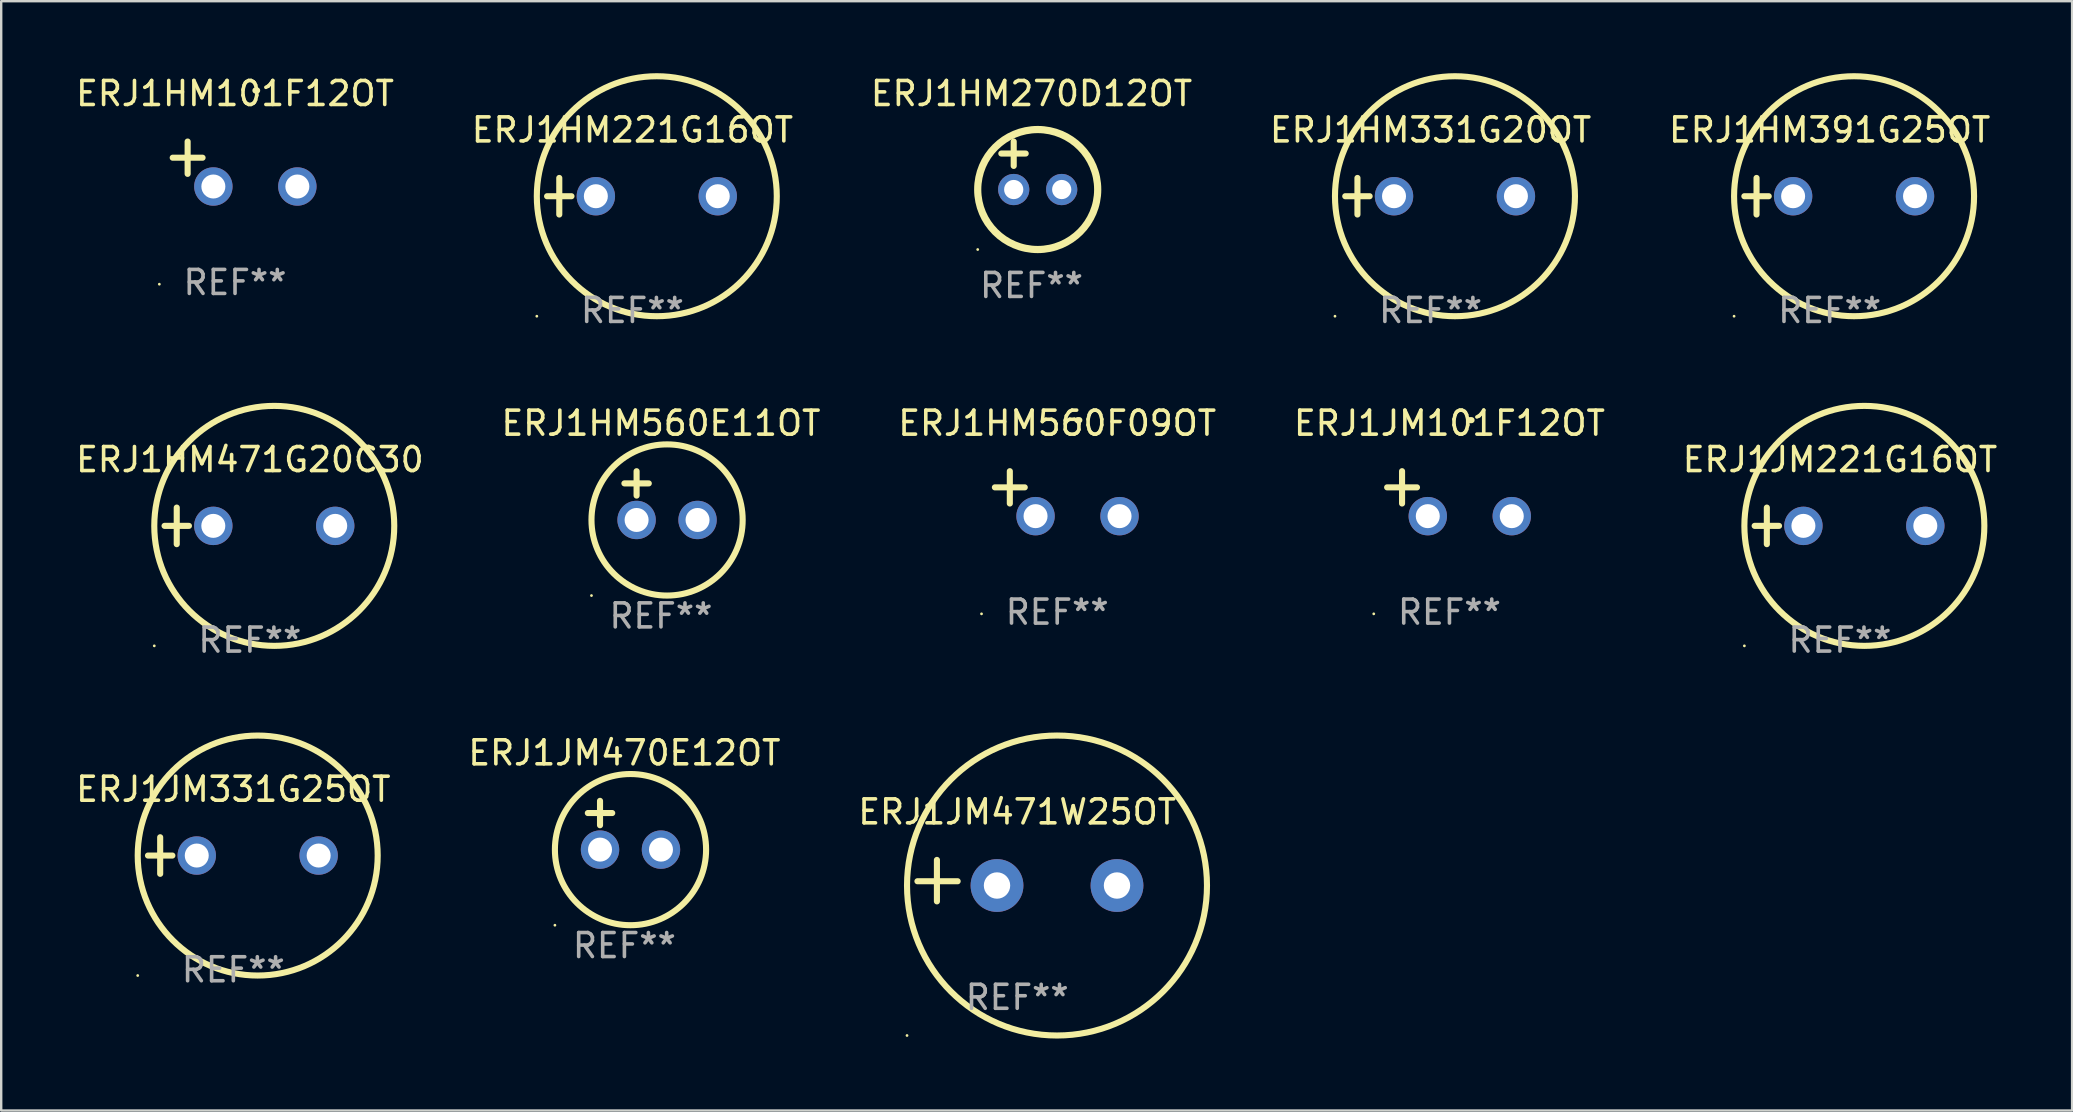
<source format=kicad_pcb>
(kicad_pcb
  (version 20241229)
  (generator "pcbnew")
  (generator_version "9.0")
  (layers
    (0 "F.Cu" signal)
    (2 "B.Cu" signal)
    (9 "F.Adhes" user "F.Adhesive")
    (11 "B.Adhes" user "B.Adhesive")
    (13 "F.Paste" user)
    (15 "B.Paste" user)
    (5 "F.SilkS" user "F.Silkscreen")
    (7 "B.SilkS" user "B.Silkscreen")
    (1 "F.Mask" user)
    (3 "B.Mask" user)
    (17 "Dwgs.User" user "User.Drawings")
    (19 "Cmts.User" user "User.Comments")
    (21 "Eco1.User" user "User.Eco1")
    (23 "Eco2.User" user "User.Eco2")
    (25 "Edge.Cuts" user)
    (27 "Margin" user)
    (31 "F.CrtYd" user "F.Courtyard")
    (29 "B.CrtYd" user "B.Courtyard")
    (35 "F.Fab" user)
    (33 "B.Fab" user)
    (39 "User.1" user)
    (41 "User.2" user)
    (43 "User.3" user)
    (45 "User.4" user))
  (footprint "ERJ1JM471W25OT"
    (layer "F.Cu")
    (at 39.339 33.648)
    (property "Reference" "ERJ1JM471W25OT" (at 0 -2.864 0) (layer "F.SilkS") (effects (font (size 1 1) (thickness 0.15))))
    (attr through_hole)
    (fp_line (start -3.346 0.864) (end -3.346 -0.864) (stroke (width 0.254) (type solid)) (layer "F.SilkS"))
    (fp_line (start -2.482 0.025) (end -4.158 0.025) (stroke (width 0.254) (type solid)) (layer "F.SilkS"))
    (fp_circle (center -4.592 6.453) (end -4.562 6.453) (stroke (width 0.06) (type solid)) (fill no) (layer "F.SilkS"))
    (fp_circle (center 1.658 0.203) (end 7.908 0.203) (stroke (width 0.254) (type solid)) (fill no) (layer "F.SilkS"))
    (fp_text user "REF**" (at 0 4.864 0) (layer "F.Fab") (effects (font (size 1 1) (thickness 0.15))))
    (pad "1" thru_hole circle (at -0.842 0.203) (size 2.2 2.2) (drill 1.1) (layers "*.Cu" "*.Mask"))
    (pad "2" thru_hole circle (at 4.158 0.203) (size 2.2 2.2) (drill 1.1) (layers "*.Cu" "*.Mask")))
  (footprint "ERJ1HM101F12OT"
    (layer "F.Cu")
    (at 6.744 3.785)
    (property "Reference" "ERJ1HM101F12OT" (at 0 -2.937 0) (layer "F.SilkS") (effects (font (size 1 1) (thickness 0.15))))
    (attr through_hole)
    (fp_line (start -1.975 0.41) (end -1.975 -0.937) (stroke (width 0.254) (type solid)) (layer "F.SilkS"))
    (fp_line (start -1.353 -0.263) (end -2.597 -0.263) (stroke (width 0.254) (type solid)) (layer "F.SilkS"))
    (fp_arc (start 0.849809 -3.063957) (mid 0.885369 -3.064114) (end 0.920929 -3.063957) (stroke (width 0.254001) (type solid)) (layer "F.SilkS"))
    (fp_circle (center -3.154 5.008) (end -3.124 5.008) (stroke (width 0.06) (type solid)) (fill no) (layer "F.SilkS"))
    (fp_text user "REF**" (at 0 4.937 0) (layer "F.Fab") (effects (font (size 1 1) (thickness 0.15))))
    (pad "1" thru_hole circle (at -0.903 0.937) (size 1.6 1.6) (drill 1) (layers "*.Cu" "*.Mask"))
    (pad "2" thru_hole circle (at 2.597 0.937) (size 1.6 1.6) (drill 1) (layers "*.Cu" "*.Mask")))
  (footprint "ERJ1HM270D12OT"
    (layer "F.Cu")
    (at 39.935 3.848)
    (property "Reference" "ERJ1HM270D12OT" (at 0 -3 0) (layer "F.SilkS") (effects (font (size 1 1) (thickness 0.15))))
    (attr through_hole)
    (fp_line (start -1.258 -0.5) (end -0.242 -0.5) (stroke (width 0.254) (type solid)) (layer "F.SilkS"))
    (fp_line (start -0.742 -1) (end -0.742 0.016) (stroke (width 0.254) (type solid)) (layer "F.SilkS"))
    (fp_circle (center -2.242 3.5) (end -2.212 3.5) (stroke (width 0.06) (type solid)) (fill no) (layer "F.SilkS"))
    (fp_circle (center 0.258 1) (end 2.758 1) (stroke (width 0.3) (type solid)) (fill no) (layer "F.SilkS"))
    (fp_text user "REF**" (at 0 5 0) (layer "F.Fab") (effects (font (size 1 1) (thickness 0.15))))
    (pad "1" thru_hole circle (at -0.742 1) (size 1.3 1.3) (drill 0.8) (layers "*.Cu" "*.Mask"))
    (pad "2" thru_hole circle (at 1.258 1) (size 1.3 1.3) (drill 0.8) (layers "*.Cu" "*.Mask")))
  (footprint "ERJ1JM221G16OT"
    (layer "F.Cu")
    (at 73.625 18.864)
    (property "Reference" "ERJ1JM221G16OT" (at 0 -2.762 0) (layer "F.SilkS") (effects (font (size 1 1) (thickness 0.15))))
    (attr through_hole)
    (fp_line (start -3.556 0) (end -2.54 0) (stroke (width 0.254) (type solid)) (layer "F.SilkS"))
    (fp_line (start -3.048 -0.762) (end -3.048 0.762) (stroke (width 0.254) (type solid)) (layer "F.SilkS"))
    (fp_circle (center -3.984 5) (end -3.954 5) (stroke (width 0.06) (type solid)) (fill no) (layer "F.SilkS"))
    (fp_circle (center 1.016 0) (end 6.016 0) (stroke (width 0.254) (type solid)) (fill no) (layer "F.SilkS"))
    (fp_text user "REF**" (at 0 4.762 0) (layer "F.Fab") (effects (font (size 1 1) (thickness 0.15))))
    (pad "1" thru_hole circle (at -1.524 0) (size 1.6 1.6) (drill 1) (layers "*.Cu" "*.Mask"))
    (pad "2" thru_hole circle (at 3.556 0) (size 1.6 1.6) (drill 1) (layers "*.Cu" "*.Mask")))
  (footprint "ERJ1HM471G20C30"
    (layer "F.Cu")
    (at 7.363 18.864)
    (property "Reference" "ERJ1HM471G20C30" (at 0 -2.762 0) (layer "F.SilkS") (effects (font (size 1 1) (thickness 0.15))))
    (attr through_hole)
    (fp_line (start -3.556 0) (end -2.54 0) (stroke (width 0.254) (type solid)) (layer "F.SilkS"))
    (fp_line (start -3.048 -0.762) (end -3.048 0.762) (stroke (width 0.254) (type solid)) (layer "F.SilkS"))
    (fp_circle (center -3.984 5) (end -3.954 5) (stroke (width 0.06) (type solid)) (fill no) (layer "F.SilkS"))
    (fp_circle (center 1.016 0) (end 6.016 0) (stroke (width 0.254) (type solid)) (fill no) (layer "F.SilkS"))
    (fp_text user "REF**" (at 0 4.762 0) (layer "F.Fab") (effects (font (size 1 1) (thickness 0.15))))
    (pad "1" thru_hole circle (at -1.524 0) (size 1.6 1.6) (drill 1) (layers "*.Cu" "*.Mask"))
    (pad "2" thru_hole circle (at 3.556 0) (size 1.6 1.6) (drill 1) (layers "*.Cu" "*.Mask")))
  (footprint "ERJ1HM560E11OT"
    (layer "F.Cu")
    (at 24.494 17.602)
    (property "Reference" "ERJ1HM560E11OT" (at 0 -3.016 0) (layer "F.SilkS") (effects (font (size 1 1) (thickness 0.15))))
    (attr through_hole)
    (fp_line (start -1.524 -0.508) (end -0.508 -0.508) (stroke (width 0.254) (type solid)) (layer "F.SilkS"))
    (fp_line (start -1.016 -1.016) (end -1.016 0) (stroke (width 0.254) (type solid)) (layer "F.SilkS"))
    (fp_circle (center -2.896 4.166) (end -2.866 4.166) (stroke (width 0.06) (type solid)) (fill no) (layer "F.SilkS"))
    (fp_circle (center 0.254 1.016) (end 3.404 1.016) (stroke (width 0.254) (type solid)) (fill no) (layer "F.SilkS"))
    (fp_text user "REF**" (at 0 5.016 0) (layer "F.Fab") (effects (font (size 1 1) (thickness 0.15))))
    (pad "1" thru_hole circle (at -1.016 1.016) (size 1.6 1.6) (drill 1) (layers "*.Cu" "*.Mask"))
    (pad "2" thru_hole circle (at 1.524 1.016) (size 1.6 1.6) (drill 1) (layers "*.Cu" "*.Mask")))
  (footprint "ERJ1HM391G25OT"
    (layer "F.Cu")
    (at 73.196 5.127)
    (property "Reference" "ERJ1HM391G25OT" (at 0 -2.762 0) (layer "F.SilkS") (effects (font (size 1 1) (thickness 0.15))))
    (attr through_hole)
    (fp_line (start -3.556 0) (end -2.54 0) (stroke (width 0.254) (type solid)) (layer "F.SilkS"))
    (fp_line (start -3.048 -0.762) (end -3.048 0.762) (stroke (width 0.254) (type solid)) (layer "F.SilkS"))
    (fp_circle (center -3.984 5) (end -3.954 5) (stroke (width 0.06) (type solid)) (fill no) (layer "F.SilkS"))
    (fp_circle (center 1.016 0) (end 6.016 0) (stroke (width 0.254) (type solid)) (fill no) (layer "F.SilkS"))
    (fp_text user "REF**" (at 0 4.762 0) (layer "F.Fab") (effects (font (size 1 1) (thickness 0.15))))
    (pad "1" thru_hole circle (at -1.524 0) (size 1.6 1.6) (drill 1) (layers "*.Cu" "*.Mask"))
    (pad "2" thru_hole circle (at 3.556 0) (size 1.6 1.6) (drill 1) (layers "*.Cu" "*.Mask")))
  (footprint "ERJ1JM331G25OT"
    (layer "F.Cu")
    (at 6.673 32.602)
    (property "Reference" "ERJ1JM331G25OT" (at 0 -2.762 0) (layer "F.SilkS") (effects (font (size 1 1) (thickness 0.15))))
    (attr through_hole)
    (fp_line (start -3.556 0) (end -2.54 0) (stroke (width 0.254) (type solid)) (layer "F.SilkS"))
    (fp_line (start -3.048 -0.762) (end -3.048 0.762) (stroke (width 0.254) (type solid)) (layer "F.SilkS"))
    (fp_circle (center -3.984 5) (end -3.954 5) (stroke (width 0.06) (type solid)) (fill no) (layer "F.SilkS"))
    (fp_circle (center 1.016 0) (end 6.016 0) (stroke (width 0.254) (type solid)) (fill no) (layer "F.SilkS"))
    (fp_text user "REF**" (at 0 4.762 0) (layer "F.Fab") (effects (font (size 1 1) (thickness 0.15))))
    (pad "1" thru_hole circle (at -1.524 0) (size 1.6 1.6) (drill 1) (layers "*.Cu" "*.Mask"))
    (pad "2" thru_hole circle (at 3.556 0) (size 1.6 1.6) (drill 1) (layers "*.Cu" "*.Mask")))
  (footprint "ERJ1HM221G16OT"
    (layer "F.Cu")
    (at 23.304 5.127)
    (property "Reference" "ERJ1HM221G16OT" (at 0 -2.762 0) (layer "F.SilkS") (effects (font (size 1 1) (thickness 0.15))))
    (attr through_hole)
    (fp_line (start -3.556 0) (end -2.54 0) (stroke (width 0.254) (type solid)) (layer "F.SilkS"))
    (fp_line (start -3.048 -0.762) (end -3.048 0.762) (stroke (width 0.254) (type solid)) (layer "F.SilkS"))
    (fp_circle (center -3.984 5) (end -3.954 5) (stroke (width 0.06) (type solid)) (fill no) (layer "F.SilkS"))
    (fp_circle (center 1.016 0) (end 6.016 0) (stroke (width 0.254) (type solid)) (fill no) (layer "F.SilkS"))
    (fp_text user "REF**" (at 0 4.762 0) (layer "F.Fab") (effects (font (size 1 1) (thickness 0.15))))
    (pad "1" thru_hole circle (at -1.524 0) (size 1.6 1.6) (drill 1) (layers "*.Cu" "*.Mask"))
    (pad "2" thru_hole circle (at 3.556 0) (size 1.6 1.6) (drill 1) (layers "*.Cu" "*.Mask")))
  (footprint "ERJ1JM101F12OT"
    (layer "F.Cu")
    (at 57.351 17.522)
    (property "Reference" "ERJ1JM101F12OT" (at 0 -2.937 0) (layer "F.SilkS") (effects (font (size 1 1) (thickness 0.15))))
    (attr through_hole)
    (fp_line (start -1.975 0.41) (end -1.975 -0.937) (stroke (width 0.254) (type solid)) (layer "F.SilkS"))
    (fp_line (start -1.353 -0.263) (end -2.597 -0.263) (stroke (width 0.254) (type solid)) (layer "F.SilkS"))
    (fp_arc (start 0.849809 -3.063957) (mid 0.885369 -3.064114) (end 0.920929 -3.063957) (stroke (width 0.254001) (type solid)) (layer "F.SilkS"))
    (fp_circle (center -3.154 5.008) (end -3.124 5.008) (stroke (width 0.06) (type solid)) (fill no) (layer "F.SilkS"))
    (fp_text user "REF**" (at 0 4.937 0) (layer "F.Fab") (effects (font (size 1 1) (thickness 0.15))))
    (pad "1" thru_hole circle (at -0.903 0.937) (size 1.6 1.6) (drill 1) (layers "*.Cu" "*.Mask"))
    (pad "2" thru_hole circle (at 2.597 0.937) (size 1.6 1.6) (drill 1) (layers "*.Cu" "*.Mask")))
  (footprint "ERJ1HM560F09OT"
    (layer "F.Cu")
    (at 41.006 17.522)
    (property "Reference" "ERJ1HM560F09OT" (at 0 -2.937 0) (layer "F.SilkS") (effects (font (size 1 1) (thickness 0.15))))
    (attr through_hole)
    (fp_line (start -1.975 0.41) (end -1.975 -0.937) (stroke (width 0.254) (type solid)) (layer "F.SilkS"))
    (fp_line (start -1.353 -0.263) (end -2.597 -0.263) (stroke (width 0.254) (type solid)) (layer "F.SilkS"))
    (fp_arc (start 0.849809 -3.063957) (mid 0.885369 -3.064114) (end 0.920929 -3.063957) (stroke (width 0.254001) (type solid)) (layer "F.SilkS"))
    (fp_circle (center -3.154 5.008) (end -3.124 5.008) (stroke (width 0.06) (type solid)) (fill no) (layer "F.SilkS"))
    (fp_text user "REF**" (at 0 4.937 0) (layer "F.Fab") (effects (font (size 1 1) (thickness 0.15))))
    (pad "1" thru_hole circle (at -0.903 0.937) (size 1.6 1.6) (drill 1) (layers "*.Cu" "*.Mask"))
    (pad "2" thru_hole circle (at 2.597 0.937) (size 1.6 1.6) (drill 1) (layers "*.Cu" "*.Mask")))
  (footprint "ERJ1HM331G20OT"
    (layer "F.Cu")
    (at 56.565 5.127)
    (property "Reference" "ERJ1HM331G20OT" (at 0 -2.762 0) (layer "F.SilkS") (effects (font (size 1 1) (thickness 0.15))))
    (attr through_hole)
    (fp_line (start -3.556 0) (end -2.54 0) (stroke (width 0.254) (type solid)) (layer "F.SilkS"))
    (fp_line (start -3.048 -0.762) (end -3.048 0.762) (stroke (width 0.254) (type solid)) (layer "F.SilkS"))
    (fp_circle (center -3.984 5) (end -3.954 5) (stroke (width 0.06) (type solid)) (fill no) (layer "F.SilkS"))
    (fp_circle (center 1.016 0) (end 6.016 0) (stroke (width 0.254) (type solid)) (fill no) (layer "F.SilkS"))
    (fp_text user "REF**" (at 0 4.762 0) (layer "F.Fab") (effects (font (size 1 1) (thickness 0.15))))
    (pad "1" thru_hole circle (at -1.524 0) (size 1.6 1.6) (drill 1) (layers "*.Cu" "*.Mask"))
    (pad "2" thru_hole circle (at 3.556 0) (size 1.6 1.6) (drill 1) (layers "*.Cu" "*.Mask")))
  (footprint "ERJ1JM470E12OT"
    (layer "F.Cu")
    (at 22.97 31.339)
    (property "Reference" "ERJ1JM470E12OT" (at 0 -3.016 0) (layer "F.SilkS") (effects (font (size 1 1) (thickness 0.15))))
    (attr through_hole)
    (fp_line (start -1.524 -0.508) (end -0.508 -0.508) (stroke (width 0.254) (type solid)) (layer "F.SilkS"))
    (fp_line (start -1.016 -1.016) (end -1.016 0) (stroke (width 0.254) (type solid)) (layer "F.SilkS"))
    (fp_circle (center -2.896 4.166) (end -2.866 4.166) (stroke (width 0.06) (type solid)) (fill no) (layer "F.SilkS"))
    (fp_circle (center 0.254 1.016) (end 3.404 1.016) (stroke (width 0.254) (type solid)) (fill no) (layer "F.SilkS"))
    (fp_text user "REF**" (at 0 5.016 0) (layer "F.Fab") (effects (font (size 1 1) (thickness 0.15))))
    (pad "1" thru_hole circle (at -1.016 1.016) (size 1.6 1.6) (drill 1) (layers "*.Cu" "*.Mask"))
    (pad "2" thru_hole circle (at 1.524 1.016) (size 1.6 1.6) (drill 1) (layers "*.Cu" "*.Mask")))
  (gr_rect
    (start -3 -3)
    (end 83.298 43.228)
    (stroke (width 0.1) (type default))
    (fill no)
    (layer "Edge.Cuts")))
</source>
